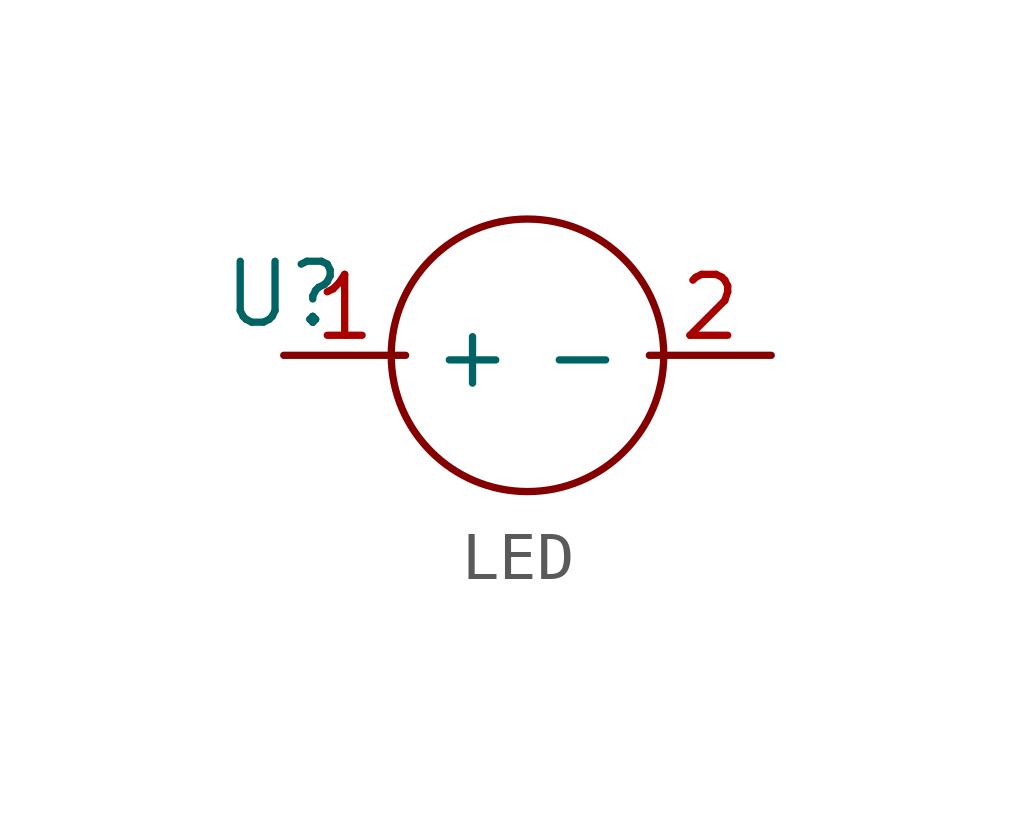
<source format=kicad_sym>
(kicad_symbol_lib
  (version 20220914)
  (generator kicad_symbol_editor)
  (symbol "LED"
    (property "Reference" "U"
      (at -2.54 1.27 0)
      (effects (font (size 1.27 1.27))))
    (property "Value" ""
      (at 0 0 0)
      (effects (font (size 1.27 1.27))))
    (symbol "LED_0_1"
      (circle (center 2.54 0) (radius 2.84) (stroke (width 0) (type default)) (fill (type none))))
    (symbol "LED_1_1"
      (pin power_in line (at -2.54 0 0) (length 2.54) (name "+" (effects (font (size 1.27 1.27)))) (number "1" (effects (font (size 1.27 1.27)))))
      (pin power_out line (at 7.62 0 180) (length 2.54) (name "-" (effects (font (size 1.27 1.27)))) (number "2" (effects (font (size 1.27 1.27))))))))
</source>
